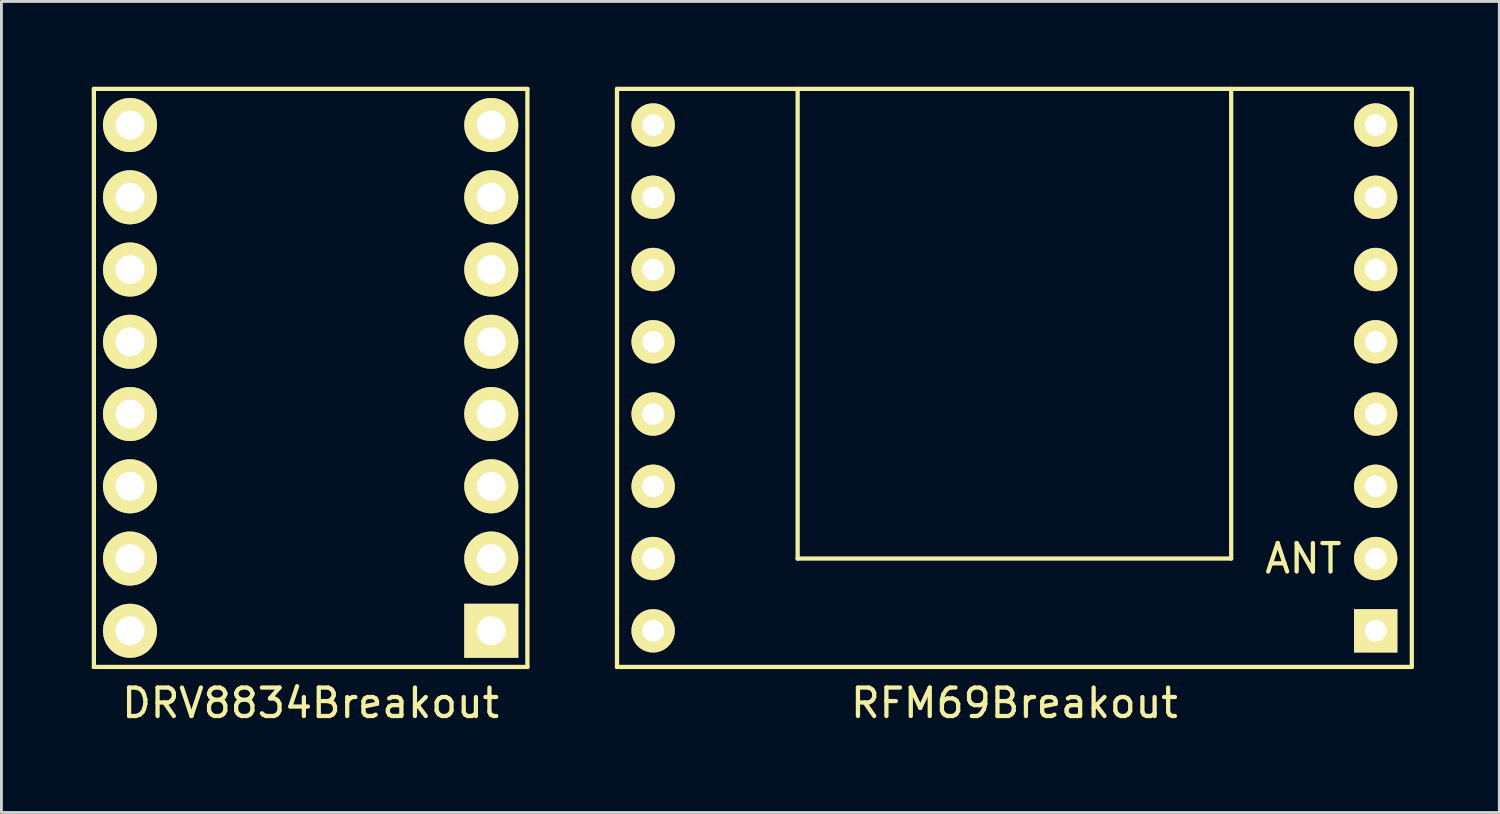
<source format=kicad_pcb>
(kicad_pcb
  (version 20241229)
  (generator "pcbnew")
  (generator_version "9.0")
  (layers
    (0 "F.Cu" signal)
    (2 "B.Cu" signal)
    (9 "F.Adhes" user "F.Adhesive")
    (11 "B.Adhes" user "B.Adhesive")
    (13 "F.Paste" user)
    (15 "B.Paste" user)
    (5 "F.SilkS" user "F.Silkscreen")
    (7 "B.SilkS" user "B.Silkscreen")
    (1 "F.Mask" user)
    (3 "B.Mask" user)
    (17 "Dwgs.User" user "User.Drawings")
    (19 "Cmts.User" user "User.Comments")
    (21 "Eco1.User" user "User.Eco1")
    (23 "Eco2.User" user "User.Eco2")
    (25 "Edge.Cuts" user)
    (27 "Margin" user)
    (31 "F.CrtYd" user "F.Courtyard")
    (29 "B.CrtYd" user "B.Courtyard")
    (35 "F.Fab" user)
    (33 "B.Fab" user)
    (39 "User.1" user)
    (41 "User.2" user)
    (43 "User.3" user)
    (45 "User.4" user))
  (footprint "RFM69Breakout"
    (layer "F.Cu")
    (at 19.91 19.125)
    (property "Reference" "RFM69Breakout" (at 12.7 2.54 0) (layer "F.SilkS") (effects (font (size 1 1) (thickness 0.15))))
    (attr through_hole)
    (fp_line (start -1.27 -19.05) (end 26.67 -19.05) (stroke (width 0.15) (type solid)) (layer "F.SilkS"))
    (fp_line (start -1.27 1.27) (end -1.27 -19.05) (stroke (width 0.15) (type solid)) (layer "F.SilkS"))
    (fp_line (start 5.08 -19.05) (end 5.08 -2.54) (stroke (width 0.15) (type solid)) (layer "F.SilkS"))
    (fp_line (start 5.08 -2.54) (end 20.32 -2.54) (stroke (width 0.15) (type solid)) (layer "F.SilkS"))
    (fp_line (start 20.32 -2.54) (end 20.32 -19.05) (stroke (width 0.15) (type solid)) (layer "F.SilkS"))
    (fp_line (start 26.67 -19.05) (end 26.67 1.27) (stroke (width 0.15) (type solid)) (layer "F.SilkS"))
    (fp_line (start 26.67 1.27) (end -1.27 1.27) (stroke (width 0.15) (type solid)) (layer "F.SilkS"))
    (fp_text user "ANT" (at 22.86 -2.54 0) (layer "F.SilkS") (effects (font (size 1 1) (thickness 0.15))))
    (pad "1" thru_hole circle (at 0 -17.78) (size 1.524 1.524) (drill 0.762) (layers "*.Cu" "*.Mask" "F.SilkS"))
    (pad "2" thru_hole circle (at 0 -15.24) (size 1.524 1.524) (drill 0.762) (layers "*.Cu" "*.Mask" "F.SilkS"))
    (pad "3" thru_hole circle (at 0 -12.7) (size 1.524 1.524) (drill 0.762) (layers "*.Cu" "*.Mask" "F.SilkS"))
    (pad "4" thru_hole circle (at 0 -10.16) (size 1.524 1.524) (drill 0.762) (layers "*.Cu" "*.Mask" "F.SilkS"))
    (pad "5" thru_hole circle (at 0 -7.62) (size 1.524 1.524) (drill 0.762) (layers "*.Cu" "*.Mask" "F.SilkS"))
    (pad "6" thru_hole circle (at 0 -5.08) (size 1.524 1.524) (drill 0.762) (layers "*.Cu" "*.Mask" "F.SilkS"))
    (pad "7" thru_hole circle (at 0 -2.54) (size 1.524 1.524) (drill 0.762) (layers "*.Cu" "*.Mask" "F.SilkS"))
    (pad "8" thru_hole circle (at 0 0) (size 1.524 1.524) (drill 0.762) (layers "*.Cu" "*.Mask" "F.SilkS"))
    (pad "9" thru_hole rect (at 25.4 0) (size 1.524 1.524) (drill 0.762) (layers "*.Cu" "*.Mask" "F.SilkS"))
    (pad "10" thru_hole circle (at 25.4 -2.54) (size 1.524 1.524) (drill 0.762) (layers "*.Cu" "*.Mask" "F.SilkS"))
    (pad "11" thru_hole circle (at 25.4 -5.08) (size 1.524 1.524) (drill 0.762) (layers "*.Cu" "*.Mask" "F.SilkS"))
    (pad "12" thru_hole circle (at 25.4 -7.62) (size 1.524 1.524) (drill 0.762) (layers "*.Cu" "*.Mask" "F.SilkS"))
    (pad "13" thru_hole circle (at 25.4 -10.16) (size 1.524 1.524) (drill 0.762) (layers "*.Cu" "*.Mask" "F.SilkS"))
    (pad "14" thru_hole circle (at 25.4 -12.7) (size 1.524 1.524) (drill 0.762) (layers "*.Cu" "*.Mask" "F.SilkS"))
    (pad "15" thru_hole circle (at 25.4 -15.24) (size 1.524 1.524) (drill 0.762) (layers "*.Cu" "*.Mask" "F.SilkS"))
    (pad "16" thru_hole circle (at 25.4 -17.78) (size 1.524 1.524) (drill 0.762) (layers "*.Cu" "*.Mask" "F.SilkS")))
  (footprint "DRV8834Breakout"
    (layer "F.Cu")
    (at 0.25 20.395)
    (property "Reference" "DRV8834Breakout" (at 7.62 1.27 0) (layer "F.SilkS") (effects (font (size 1 1) (thickness 0.15))))
    (attr through_hole)
    (fp_line (start 0 -20.32) (end 15.24 -20.32) (stroke (width 0.15) (type solid)) (layer "F.SilkS"))
    (fp_line (start 0 0) (end 0 -20.32) (stroke (width 0.15) (type solid)) (layer "F.SilkS"))
    (fp_line (start 15.24 -20.32) (end 15.24 0) (stroke (width 0.15) (type solid)) (layer "F.SilkS"))
    (fp_line (start 15.24 0) (end 0 0) (stroke (width 0.15) (type solid)) (layer "F.SilkS"))
    (pad "1" thru_hole circle (at 1.27 -19.05) (size 1.9 1.9) (drill 1.016) (layers "*.Cu" "*.Mask" "F.SilkS"))
    (pad "2" thru_hole circle (at 1.27 -16.51) (size 1.9 1.9) (drill 1.016) (layers "*.Cu" "*.Mask" "F.SilkS"))
    (pad "3" thru_hole circle (at 1.27 -13.97) (size 1.9 1.9) (drill 1.016) (layers "*.Cu" "*.Mask" "F.SilkS"))
    (pad "4" thru_hole circle (at 1.27 -11.43) (size 1.9 1.9) (drill 1.016) (layers "*.Cu" "*.Mask" "F.SilkS"))
    (pad "5" thru_hole circle (at 1.27 -8.89) (size 1.9 1.9) (drill 1.016) (layers "*.Cu" "*.Mask" "F.SilkS"))
    (pad "6" thru_hole circle (at 1.27 -6.35) (size 1.9 1.9) (drill 1.016) (layers "*.Cu" "*.Mask" "F.SilkS"))
    (pad "7" thru_hole circle (at 1.27 -3.81) (size 1.9 1.9) (drill 1.016) (layers "*.Cu" "*.Mask" "F.SilkS"))
    (pad "8" thru_hole circle (at 1.27 -1.27) (size 1.9 1.9) (drill 1.016) (layers "*.Cu" "*.Mask" "F.SilkS"))
    (pad "9" thru_hole rect (at 13.97 -1.27) (size 1.9 1.9) (drill 1.016) (layers "*.Cu" "*.Mask" "F.SilkS"))
    (pad "10" thru_hole circle (at 13.97 -3.81) (size 1.9 1.9) (drill 1.016) (layers "*.Cu" "*.Mask" "F.SilkS"))
    (pad "11" thru_hole circle (at 13.97 -6.35) (size 1.9 1.9) (drill 1.016) (layers "*.Cu" "*.Mask" "F.SilkS"))
    (pad "12" thru_hole circle (at 13.97 -8.89) (size 1.9 1.9) (drill 1.016) (layers "*.Cu" "*.Mask" "F.SilkS"))
    (pad "13" thru_hole circle (at 13.97 -11.43) (size 1.9 1.9) (drill 1.016) (layers "*.Cu" "*.Mask" "F.SilkS"))
    (pad "14" thru_hole circle (at 13.97 -13.97) (size 1.9 1.9) (drill 1.016) (layers "*.Cu" "*.Mask" "F.SilkS"))
    (pad "15" thru_hole circle (at 13.97 -16.51) (size 1.9 1.9) (drill 1.016) (layers "*.Cu" "*.Mask" "F.SilkS"))
    (pad "16" thru_hole circle (at 13.97 -19.05) (size 1.9 1.9) (drill 1.016) (layers "*.Cu" "*.Mask" "F.SilkS")))
  (gr_rect
    (start -3 -3)
    (end 49.655 25.513)
    (stroke (width 0.1) (type default))
    (fill no)
    (layer "Edge.Cuts")))
</source>
